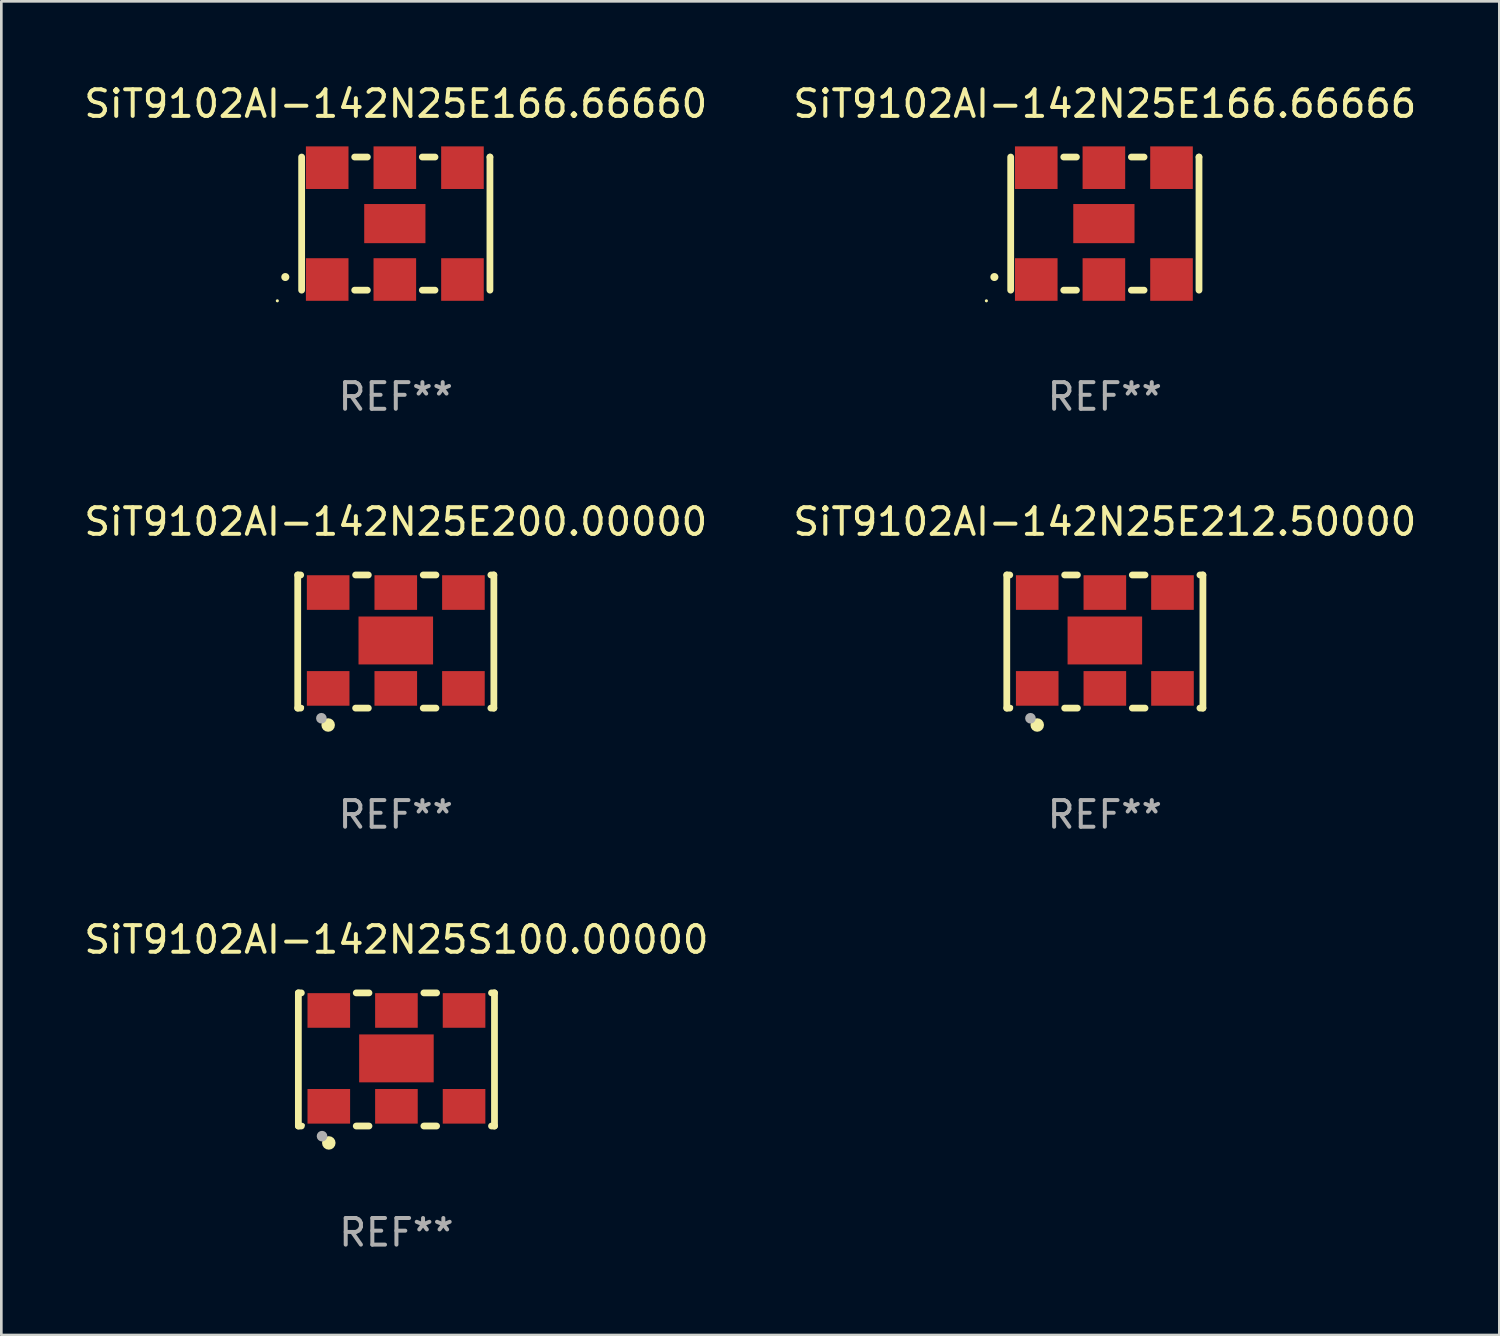
<source format=kicad_pcb>
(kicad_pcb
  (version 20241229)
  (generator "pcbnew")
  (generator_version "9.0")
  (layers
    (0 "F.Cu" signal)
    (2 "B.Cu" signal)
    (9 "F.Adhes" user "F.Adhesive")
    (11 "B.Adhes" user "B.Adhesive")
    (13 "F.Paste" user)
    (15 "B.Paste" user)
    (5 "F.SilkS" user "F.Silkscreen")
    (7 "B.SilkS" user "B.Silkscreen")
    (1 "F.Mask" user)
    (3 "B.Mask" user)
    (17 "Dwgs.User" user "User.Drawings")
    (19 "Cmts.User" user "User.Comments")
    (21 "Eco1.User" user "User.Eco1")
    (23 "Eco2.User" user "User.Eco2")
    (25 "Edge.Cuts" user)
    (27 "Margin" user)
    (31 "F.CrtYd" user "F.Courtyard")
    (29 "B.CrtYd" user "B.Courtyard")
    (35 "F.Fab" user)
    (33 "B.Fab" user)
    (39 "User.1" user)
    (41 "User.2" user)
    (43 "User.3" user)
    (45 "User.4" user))
  (footprint "SiT9102AI-142N25E212.50000"
    (layer "F.Cu")
    (at 38.446 21.045)
    (property "Reference" "SiT9102AI-142N25E212.50000" (at 0 -4.5 0) (layer "F.SilkS") (effects (font (size 1 1) (thickness 0.15))))
    (attr through_hole)
    (fp_line (start -3.683 -2.5) (end -3.571 -2.5) (stroke (width 0.254) (type solid)) (layer "F.SilkS"))
    (fp_line (start -3.683 2.5) (end -3.683 -2.5) (stroke (width 0.254) (type solid)) (layer "F.SilkS"))
    (fp_line (start -3.683 2.5) (end -3.571 2.5) (stroke (width 0.254) (type solid)) (layer "F.SilkS"))
    (fp_line (start -1.509 -2.5) (end -1.031 -2.5) (stroke (width 0.254) (type solid)) (layer "F.SilkS"))
    (fp_line (start -1.509 2.5) (end -1.031 2.5) (stroke (width 0.254) (type solid)) (layer "F.SilkS"))
    (fp_line (start 1.031 -2.5) (end 1.509 -2.5) (stroke (width 0.254) (type solid)) (layer "F.SilkS"))
    (fp_line (start 1.031 2.5) (end 1.509 2.5) (stroke (width 0.254) (type solid)) (layer "F.SilkS"))
    (fp_line (start 3.571 -2.5) (end 3.683 -2.5) (stroke (width 0.254) (type solid)) (layer "F.SilkS"))
    (fp_line (start 3.571 2.5) (end 3.683 2.5) (stroke (width 0.254) (type solid)) (layer "F.SilkS"))
    (fp_line (start 3.683 2.5) (end 3.683 -2.5) (stroke (width 0.254) (type solid)) (layer "F.SilkS"))
    (fp_circle (center -3.5 2.46) (end -3.47 2.46) (stroke (width 0.06) (type solid)) (fill no) (layer "F.SilkS"))
    (fp_circle (center -2.54 3.135) (end -2.413 3.135) (stroke (width 0.254) (type solid)) (fill no) (layer "F.SilkS"))
    (fp_circle (center -2.794 2.881) (end -2.694 2.881) (stroke (width 0.2) (type solid)) (fill no) (layer "F.Fab"))
    (fp_text user "REF**" (at 0 6.5 0) (layer "F.Fab") (effects (font (size 1 1) (thickness 0.15))))
    (pad "1" smd rect (at -2.54 1.76) (size 1.6 1.3) (layers "F.Cu" "F.Mask" "F.Paste"))
    (pad "2" smd rect (at 0 1.76) (size 1.6 1.3) (layers "F.Cu" "F.Mask" "F.Paste"))
    (pad "3" smd rect (at 2.54 1.76) (size 1.6 1.3) (layers "F.Cu" "F.Mask" "F.Paste"))
    (pad "4" smd rect (at 2.54 -1.84) (size 1.6 1.3) (layers "F.Cu" "F.Mask" "F.Paste"))
    (pad "5" smd rect (at 0 -1.84) (size 1.6 1.3) (layers "F.Cu" "F.Mask" "F.Paste"))
    (pad "6" smd rect (at -2.54 -1.84) (size 1.6 1.3) (layers "F.Cu" "F.Mask" "F.Paste"))
    (pad "7" smd rect (at 0 -0.04) (size 2.8 1.8) (layers "F.Cu" "F.Mask" "F.Paste")))
  (footprint "SiT9102AI-142N25E200.00000"
    (layer "F.Cu")
    (at 11.815 21.045)
    (property "Reference" "SiT9102AI-142N25E200.00000" (at 0 -4.5 0) (layer "F.SilkS") (effects (font (size 1 1) (thickness 0.15))))
    (attr through_hole)
    (fp_line (start -3.683 -2.5) (end -3.571 -2.5) (stroke (width 0.254) (type solid)) (layer "F.SilkS"))
    (fp_line (start -3.683 2.5) (end -3.683 -2.5) (stroke (width 0.254) (type solid)) (layer "F.SilkS"))
    (fp_line (start -3.683 2.5) (end -3.571 2.5) (stroke (width 0.254) (type solid)) (layer "F.SilkS"))
    (fp_line (start -1.509 -2.5) (end -1.031 -2.5) (stroke (width 0.254) (type solid)) (layer "F.SilkS"))
    (fp_line (start -1.509 2.5) (end -1.031 2.5) (stroke (width 0.254) (type solid)) (layer "F.SilkS"))
    (fp_line (start 1.031 -2.5) (end 1.509 -2.5) (stroke (width 0.254) (type solid)) (layer "F.SilkS"))
    (fp_line (start 1.031 2.5) (end 1.509 2.5) (stroke (width 0.254) (type solid)) (layer "F.SilkS"))
    (fp_line (start 3.571 -2.5) (end 3.683 -2.5) (stroke (width 0.254) (type solid)) (layer "F.SilkS"))
    (fp_line (start 3.571 2.5) (end 3.683 2.5) (stroke (width 0.254) (type solid)) (layer "F.SilkS"))
    (fp_line (start 3.683 2.5) (end 3.683 -2.5) (stroke (width 0.254) (type solid)) (layer "F.SilkS"))
    (fp_circle (center -3.5 2.46) (end -3.47 2.46) (stroke (width 0.06) (type solid)) (fill no) (layer "F.SilkS"))
    (fp_circle (center -2.54 3.135) (end -2.413 3.135) (stroke (width 0.254) (type solid)) (fill no) (layer "F.SilkS"))
    (fp_circle (center -2.794 2.881) (end -2.694 2.881) (stroke (width 0.2) (type solid)) (fill no) (layer "F.Fab"))
    (fp_text user "REF**" (at 0 6.5 0) (layer "F.Fab") (effects (font (size 1 1) (thickness 0.15))))
    (pad "1" smd rect (at -2.54 1.76) (size 1.6 1.3) (layers "F.Cu" "F.Mask" "F.Paste"))
    (pad "2" smd rect (at 0 1.76) (size 1.6 1.3) (layers "F.Cu" "F.Mask" "F.Paste"))
    (pad "3" smd rect (at 2.54 1.76) (size 1.6 1.3) (layers "F.Cu" "F.Mask" "F.Paste"))
    (pad "4" smd rect (at 2.54 -1.84) (size 1.6 1.3) (layers "F.Cu" "F.Mask" "F.Paste"))
    (pad "5" smd rect (at 0 -1.84) (size 1.6 1.3) (layers "F.Cu" "F.Mask" "F.Paste"))
    (pad "6" smd rect (at -2.54 -1.84) (size 1.6 1.3) (layers "F.Cu" "F.Mask" "F.Paste"))
    (pad "7" smd rect (at 0 -0.04) (size 2.8 1.8) (layers "F.Cu" "F.Mask" "F.Paste")))
  (footprint "SiT9102AI-142N25S100.00000"
    (layer "F.Cu")
    (at 11.839 36.741)
    (property "Reference" "SiT9102AI-142N25S100.00000" (at 0 -4.5 0) (layer "F.SilkS") (effects (font (size 1 1) (thickness 0.15))))
    (attr through_hole)
    (fp_line (start -3.683 -2.5) (end -3.571 -2.5) (stroke (width 0.254) (type solid)) (layer "F.SilkS"))
    (fp_line (start -3.683 2.5) (end -3.683 -2.5) (stroke (width 0.254) (type solid)) (layer "F.SilkS"))
    (fp_line (start -3.683 2.5) (end -3.571 2.5) (stroke (width 0.254) (type solid)) (layer "F.SilkS"))
    (fp_line (start -1.509 -2.5) (end -1.031 -2.5) (stroke (width 0.254) (type solid)) (layer "F.SilkS"))
    (fp_line (start -1.509 2.5) (end -1.031 2.5) (stroke (width 0.254) (type solid)) (layer "F.SilkS"))
    (fp_line (start 1.031 -2.5) (end 1.509 -2.5) (stroke (width 0.254) (type solid)) (layer "F.SilkS"))
    (fp_line (start 1.031 2.5) (end 1.509 2.5) (stroke (width 0.254) (type solid)) (layer "F.SilkS"))
    (fp_line (start 3.571 -2.5) (end 3.683 -2.5) (stroke (width 0.254) (type solid)) (layer "F.SilkS"))
    (fp_line (start 3.571 2.5) (end 3.683 2.5) (stroke (width 0.254) (type solid)) (layer "F.SilkS"))
    (fp_line (start 3.683 2.5) (end 3.683 -2.5) (stroke (width 0.254) (type solid)) (layer "F.SilkS"))
    (fp_circle (center -3.5 2.46) (end -3.47 2.46) (stroke (width 0.06) (type solid)) (fill no) (layer "F.SilkS"))
    (fp_circle (center -2.54 3.135) (end -2.413 3.135) (stroke (width 0.254) (type solid)) (fill no) (layer "F.SilkS"))
    (fp_circle (center -2.794 2.881) (end -2.694 2.881) (stroke (width 0.2) (type solid)) (fill no) (layer "F.Fab"))
    (fp_text user "REF**" (at 0 6.5 0) (layer "F.Fab") (effects (font (size 1 1) (thickness 0.15))))
    (pad "1" smd rect (at -2.54 1.76) (size 1.6 1.3) (layers "F.Cu" "F.Mask" "F.Paste"))
    (pad "2" smd rect (at 0 1.76) (size 1.6 1.3) (layers "F.Cu" "F.Mask" "F.Paste"))
    (pad "3" smd rect (at 2.54 1.76) (size 1.6 1.3) (layers "F.Cu" "F.Mask" "F.Paste"))
    (pad "4" smd rect (at 2.54 -1.84) (size 1.6 1.3) (layers "F.Cu" "F.Mask" "F.Paste"))
    (pad "5" smd rect (at 0 -1.84) (size 1.6 1.3) (layers "F.Cu" "F.Mask" "F.Paste"))
    (pad "6" smd rect (at -2.54 -1.84) (size 1.6 1.3) (layers "F.Cu" "F.Mask" "F.Paste"))
    (pad "7" smd rect (at 0 -0.04) (size 2.8 1.8) (layers "F.Cu" "F.Mask" "F.Paste")))
  (footprint "SiT9102AI-142N25E166.66666"
    (layer "F.Cu")
    (at 38.446 5.348)
    (property "Reference" "SiT9102AI-142N25E166.66666" (at 0 -4.5 0) (layer "F.SilkS") (effects (font (size 1 1) (thickness 0.15))))
    (attr through_hole)
    (fp_line (start -3.536 -2.5) (end -3.536 2.5) (stroke (width 0.254) (type solid)) (layer "F.SilkS"))
    (fp_line (start -1.544 2.5) (end -1.067 2.5) (stroke (width 0.254) (type solid)) (layer "F.SilkS"))
    (fp_line (start -1.067 -2.5) (end -1.544 -2.5) (stroke (width 0.254) (type solid)) (layer "F.SilkS"))
    (fp_line (start 0.996 2.5) (end 1.473 2.5) (stroke (width 0.254) (type solid)) (layer "F.SilkS"))
    (fp_line (start 1.473 -2.5) (end 0.996 -2.5) (stroke (width 0.254) (type solid)) (layer "F.SilkS"))
    (fp_line (start 3.536 -2.5) (end 3.536 -2.5) (stroke (width 0.254) (type solid)) (layer "F.SilkS"))
    (fp_line (start 3.536 2.5) (end 3.536 -2.5) (stroke (width 0.254) (type solid)) (layer "F.SilkS"))
    (fp_arc (start -4.150432 2.006604) (mid -4.149162 2.006599) (end -4.147892 2.006604) (stroke (width 0.3) (type solid)) (layer "F.SilkS"))
    (fp_circle (center -4.449 2.9) (end -4.419 2.9) (stroke (width 0.06) (type solid)) (fill no) (layer "F.SilkS"))
    (fp_text user "REF**" (at 0 6.5 0) (layer "F.Fab") (effects (font (size 1 1) (thickness 0.15))))
    (pad "1" smd rect (at -2.576 2.1) (size 1.6 1.6) (layers "F.Cu" "F.Mask" "F.Paste"))
    (pad "2" smd rect (at -0.036 2.1) (size 1.6 1.6) (layers "F.Cu" "F.Mask" "F.Paste"))
    (pad "3" smd rect (at 2.504 2.1) (size 1.6 1.6) (layers "F.Cu" "F.Mask" "F.Paste"))
    (pad "4" smd rect (at 2.504 -2.1) (size 1.6 1.6) (layers "F.Cu" "F.Mask" "F.Paste"))
    (pad "5" smd rect (at -0.036 -2.1) (size 1.6 1.6) (layers "F.Cu" "F.Mask" "F.Paste"))
    (pad "6" smd rect (at -2.576 -2.1) (size 1.6 1.6) (layers "F.Cu" "F.Mask" "F.Paste"))
    (pad "7" smd rect (at -0.036 0) (size 2.3 1.47) (layers "F.Cu" "F.Mask" "F.Paste")))
  (footprint "SiT9102AI-142N25E166.66660"
    (layer "F.Cu")
    (at 11.815 5.348)
    (property "Reference" "SiT9102AI-142N25E166.66660" (at 0 -4.5 0) (layer "F.SilkS") (effects (font (size 1 1) (thickness 0.15))))
    (attr through_hole)
    (fp_line (start -3.536 -2.5) (end -3.536 2.5) (stroke (width 0.254) (type solid)) (layer "F.SilkS"))
    (fp_line (start -1.544 2.5) (end -1.067 2.5) (stroke (width 0.254) (type solid)) (layer "F.SilkS"))
    (fp_line (start -1.067 -2.5) (end -1.544 -2.5) (stroke (width 0.254) (type solid)) (layer "F.SilkS"))
    (fp_line (start 0.996 2.5) (end 1.473 2.5) (stroke (width 0.254) (type solid)) (layer "F.SilkS"))
    (fp_line (start 1.473 -2.5) (end 0.996 -2.5) (stroke (width 0.254) (type solid)) (layer "F.SilkS"))
    (fp_line (start 3.536 -2.5) (end 3.536 -2.5) (stroke (width 0.254) (type solid)) (layer "F.SilkS"))
    (fp_line (start 3.536 2.5) (end 3.536 -2.5) (stroke (width 0.254) (type solid)) (layer "F.SilkS"))
    (fp_arc (start -4.150432 2.006604) (mid -4.149162 2.006599) (end -4.147892 2.006604) (stroke (width 0.3) (type solid)) (layer "F.SilkS"))
    (fp_circle (center -4.449 2.9) (end -4.419 2.9) (stroke (width 0.06) (type solid)) (fill no) (layer "F.SilkS"))
    (fp_text user "REF**" (at 0 6.5 0) (layer "F.Fab") (effects (font (size 1 1) (thickness 0.15))))
    (pad "1" smd rect (at -2.576 2.1) (size 1.6 1.6) (layers "F.Cu" "F.Mask" "F.Paste"))
    (pad "2" smd rect (at -0.036 2.1) (size 1.6 1.6) (layers "F.Cu" "F.Mask" "F.Paste"))
    (pad "3" smd rect (at 2.504 2.1) (size 1.6 1.6) (layers "F.Cu" "F.Mask" "F.Paste"))
    (pad "4" smd rect (at 2.504 -2.1) (size 1.6 1.6) (layers "F.Cu" "F.Mask" "F.Paste"))
    (pad "5" smd rect (at -0.036 -2.1) (size 1.6 1.6) (layers "F.Cu" "F.Mask" "F.Paste"))
    (pad "6" smd rect (at -2.576 -2.1) (size 1.6 1.6) (layers "F.Cu" "F.Mask" "F.Paste"))
    (pad "7" smd rect (at -0.036 0) (size 2.3 1.47) (layers "F.Cu" "F.Mask" "F.Paste")))
  (gr_rect
    (start -3 -3)
    (end 53.262 47.09)
    (stroke (width 0.1) (type default))
    (fill no)
    (layer "Edge.Cuts")))
</source>
